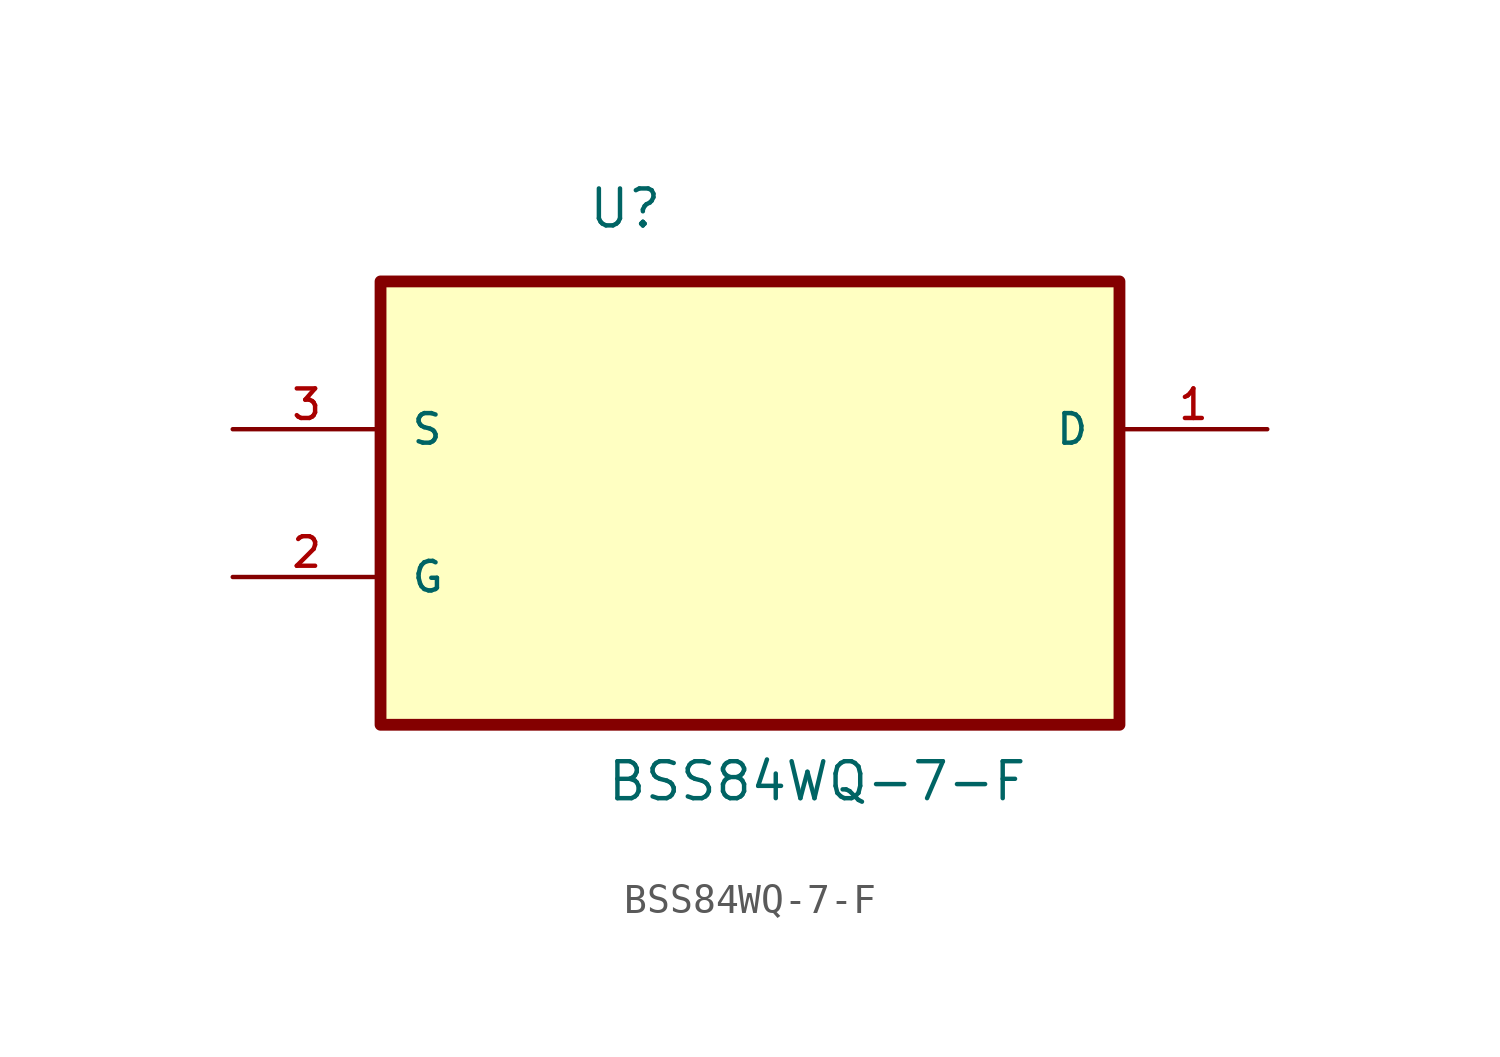
<source format=kicad_sym>
(kicad_symbol_lib
  (version 20211014)
  (generator kicad_symbol_editor)
  (symbol "BSS84WQ-7-F"
    (pin_names
      (offset 1.016))
    (property "Reference" "U"
      (at -5.597 6.843 0.0)
      (effects (font (size 1.27 1.27)) (justify bottom left)))
    (property "Value" "BSS84WQ-7-F"
      (at -4.96 -12.846 0.0)
      (effects (font (size 1.27 1.27)) (justify bottom left)))
    (symbol "BSS84WQ-7-F_0_0"
      (rectangle (start -12.7 -10.16) (end 12.7 5.08) (stroke (width 0.406)) (fill (type background)))
      (pin input line (at -17.78 0.0 0) (length 5.08) (name "S" (effects (font (size 1.016 1.016)))) (number "3" (effects (font (size 1.016 1.016)))))
      (pin input line (at -17.78 -5.08 0) (length 5.08) (name "G" (effects (font (size 1.016 1.016)))) (number "2" (effects (font (size 1.016 1.016)))))
      (pin output line (at 17.78 0.0 180.0) (length 5.08) (name "D" (effects (font (size 1.016 1.016)))) (number "1" (effects (font (size 1.016 1.016))))))))
</source>
